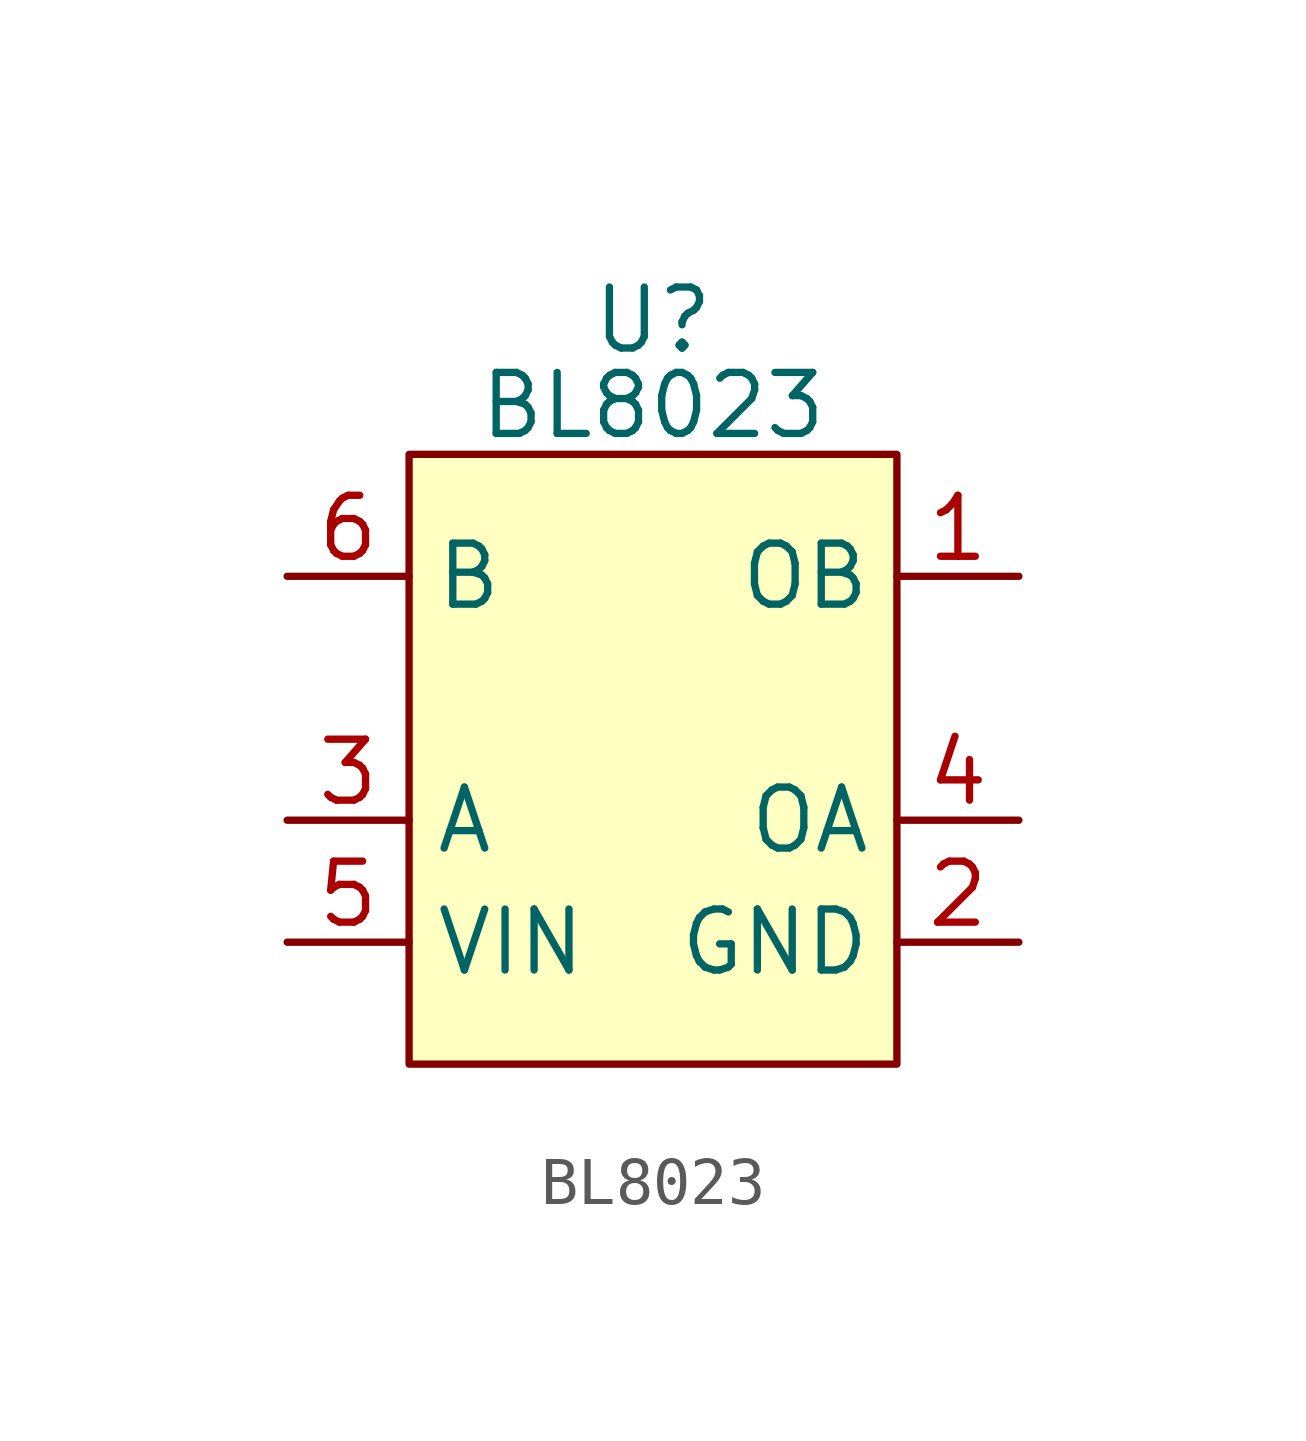
<source format=kicad_sym>
(kicad_symbol_lib
  (version 20231120)
  (generator "kicad_symbol_editor")
  (generator_version "8.0")
  (symbol "BL8023"
    (property "Reference" "U"
      (at 0 7.874 0)
      (effects (font (size 1.27 1.27))))
    (property "Value" "BL8023"
      (at 0 6.096 0)
      (effects (font (size 1.27 1.27))))
    (symbol "BL8023_1_1"
      (rectangle (start -5.08 5.08) (end 5.08 -7.62) (stroke (width 0) (type default)) (fill (type background)))
      (pin bidirectional line (at 7.62 2.54 180) (length 2.54) (name "OB" (effects (font (size 1.27 1.27)))) (number "1" (effects (font (size 1.27 1.27)))))
      (pin bidirectional line (at 7.62 -5.08 180) (length 2.54) (name "GND" (effects (font (size 1.27 1.27)))) (number "2" (effects (font (size 1.27 1.27)))))
      (pin bidirectional line (at -7.62 -2.54 0) (length 2.54) (name "A" (effects (font (size 1.27 1.27)))) (number "3" (effects (font (size 1.27 1.27)))))
      (pin bidirectional line (at 7.62 -2.54 180) (length 2.54) (name "OA" (effects (font (size 1.27 1.27)))) (number "4" (effects (font (size 1.27 1.27)))))
      (pin bidirectional line (at -7.62 -5.08 0) (length 2.54) (name "VIN" (effects (font (size 1.27 1.27)))) (number "5" (effects (font (size 1.27 1.27)))))
      (pin bidirectional line (at -7.62 2.54 0) (length 2.54) (name "B" (effects (font (size 1.27 1.27)))) (number "6" (effects (font (size 1.27 1.27))))))))
</source>
